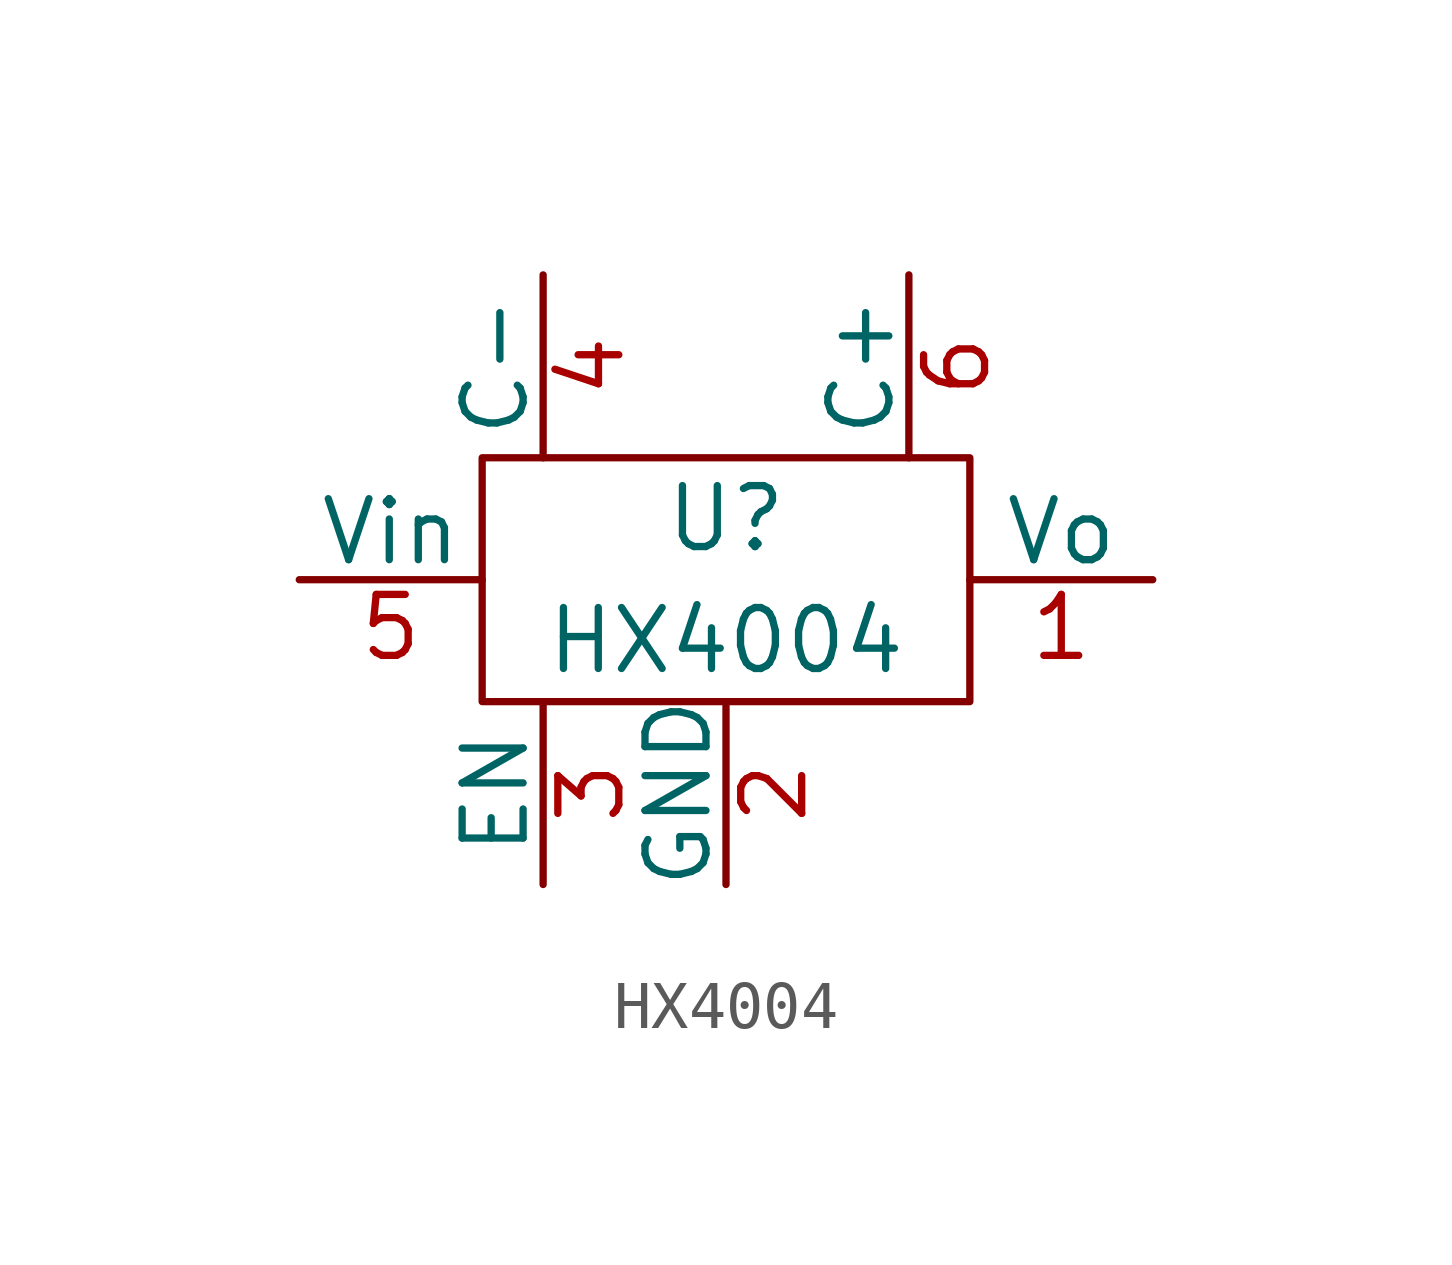
<source format=kicad_sym>
(kicad_symbol_lib
  (version 20211014)
  (generator kicad_symbol_editor)
  (symbol "HX4004"
    (pin_names
      (offset 0))
    (property "Reference" "U"
      (at 0 1.27 0)
      (effects (font (size 1.27 1.27))))
    (property "Value" "HX4004"
      (at 0 -1.27 0)
      (effects (font (size 1.27 1.27))))
    (symbol "HX4004_0_1"
      (rectangle (start -5.08 2.54) (end 5.08 -2.54) (stroke (width 0.152) (type default) (color 0 0 0 0)) (fill (type none))))
    (symbol "HX4004_1_1"
      (pin power_out line (at 8.89 0 180) (length 3.81) (name "Vo" (effects (font (size 1.27 1.27)))) (number "1" (effects (font (size 1.27 1.27)))))
      (pin power_in line (at 0 -6.35 90) (length 3.81) (name "GND" (effects (font (size 1.27 1.27)))) (number "2" (effects (font (size 1.27 1.27)))))
      (pin input line (at -3.81 -6.35 90) (length 3.81) (name "EN" (effects (font (size 1.27 1.27)))) (number "3" (effects (font (size 1.27 1.27)))))
      (pin input line (at -3.81 6.35 270) (length 3.81) (name "C-" (effects (font (size 1.27 1.27)))) (number "4" (effects (font (size 1.27 1.27)))))
      (pin power_in line (at -8.89 0 0) (length 3.81) (name "Vin" (effects (font (size 1.27 1.27)))) (number "5" (effects (font (size 1.27 1.27)))))
      (pin input line (at 3.81 6.35 270) (length 3.81) (name "C+" (effects (font (size 1.27 1.27)))) (number "6" (effects (font (size 1.27 1.27))))))))
</source>
